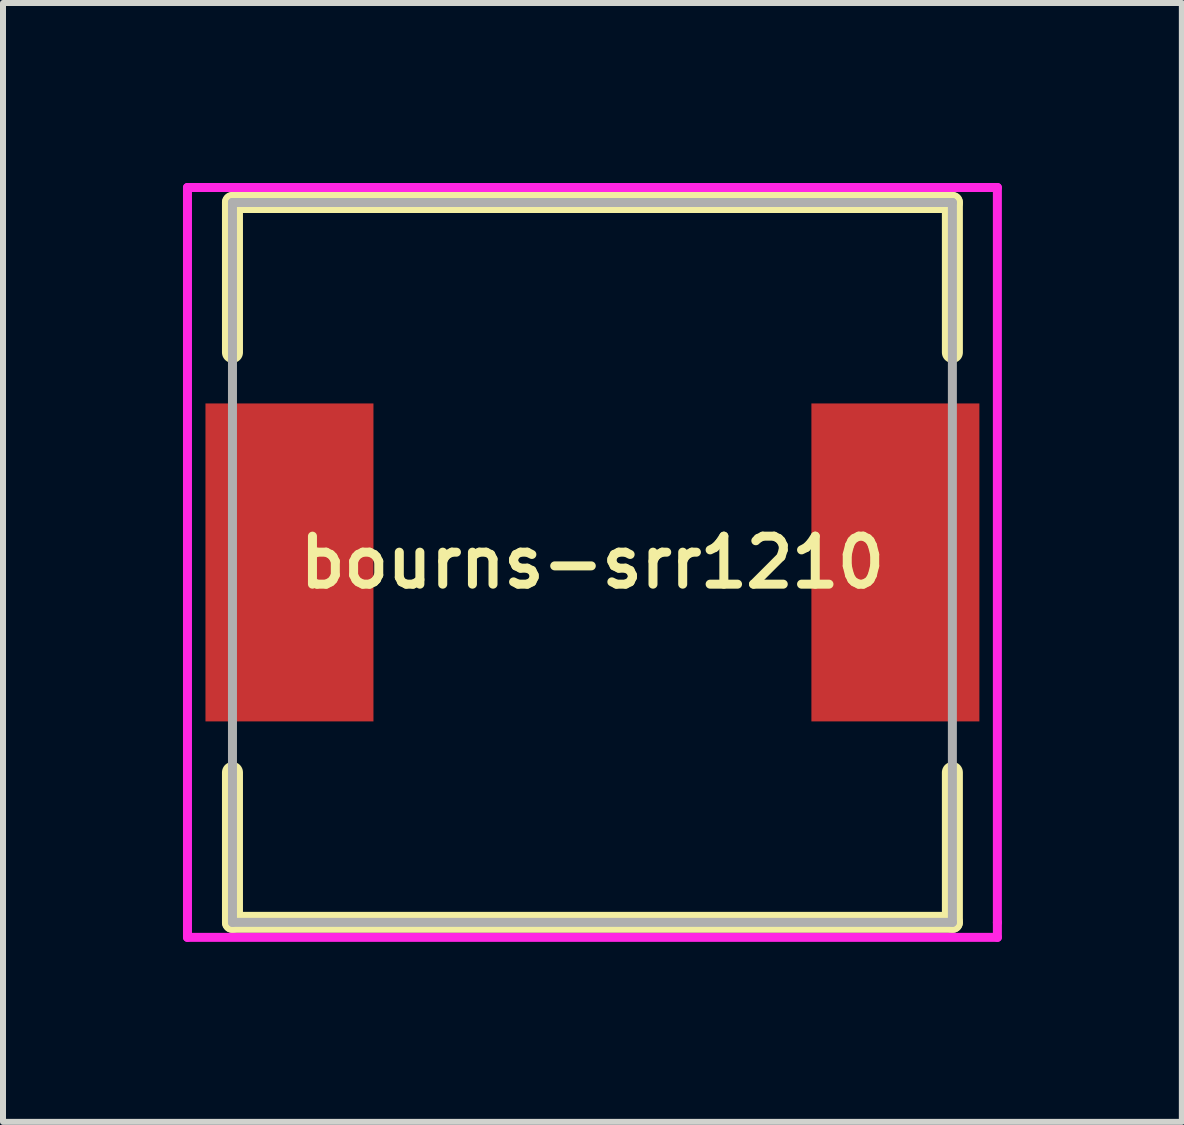
<source format=kicad_pcb>
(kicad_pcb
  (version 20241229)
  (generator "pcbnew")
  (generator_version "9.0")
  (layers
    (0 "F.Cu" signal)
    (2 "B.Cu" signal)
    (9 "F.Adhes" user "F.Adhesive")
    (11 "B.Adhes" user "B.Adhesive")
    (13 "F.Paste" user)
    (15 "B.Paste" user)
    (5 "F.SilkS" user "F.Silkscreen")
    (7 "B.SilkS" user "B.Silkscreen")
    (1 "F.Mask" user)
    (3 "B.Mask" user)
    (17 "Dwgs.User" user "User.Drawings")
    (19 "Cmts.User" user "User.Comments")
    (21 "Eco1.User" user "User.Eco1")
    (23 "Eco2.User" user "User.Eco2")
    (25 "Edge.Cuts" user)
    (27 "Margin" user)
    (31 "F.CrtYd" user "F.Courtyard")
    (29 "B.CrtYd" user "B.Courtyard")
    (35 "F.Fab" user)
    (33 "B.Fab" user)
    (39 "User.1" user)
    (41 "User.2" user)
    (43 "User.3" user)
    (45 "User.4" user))
  (footprint "bourns-srr1210"
    (layer "F.Cu")
    (at 6.825 6.325)
    (property "Reference" "bourns-srr1210" (at 0 0 0) (layer "F.SilkS") (effects (font (size 0.8 0.8) (thickness 0.15))))
    (attr smd)
    (fp_line (start -6 -6) (end 6 -6) (stroke (width 0.35) (type solid)) (layer "F.SilkS"))
    (fp_line (start -6 -3.5) (end -6 -6) (stroke (width 0.35) (type solid)) (layer "F.SilkS"))
    (fp_line (start -6 6) (end -6 3.5) (stroke (width 0.35) (type solid)) (layer "F.SilkS"))
    (fp_line (start 6 -6) (end 6 -3.5) (stroke (width 0.35) (type solid)) (layer "F.SilkS"))
    (fp_line (start 6 3.5) (end 6 6) (stroke (width 0.35) (type solid)) (layer "F.SilkS"))
    (fp_line (start 6 6) (end -6 6) (stroke (width 0.35) (type solid)) (layer "F.SilkS"))
    (fp_line (start -6.75 -6.25) (end 6.75 -6.25) (stroke (width 0.15) (type solid)) (layer "F.CrtYd"))
    (fp_line (start -6.75 6.25) (end -6.75 -6.25) (stroke (width 0.15) (type solid)) (layer "F.CrtYd"))
    (fp_line (start 6.75 -6.25) (end 6.75 6) (stroke (width 0.15) (type solid)) (layer "F.CrtYd"))
    (fp_line (start 6.75 6) (end 6.75 6.25) (stroke (width 0.15) (type solid)) (layer "F.CrtYd"))
    (fp_line (start 6.75 6.25) (end -6.75 6.25) (stroke (width 0.15) (type solid)) (layer "F.CrtYd"))
    (fp_line (start -6 -6) (end -6 6) (stroke (width 0.15) (type solid)) (layer "F.Fab"))
    (fp_line (start -6 6) (end 6 6) (stroke (width 0.15) (type solid)) (layer "F.Fab"))
    (fp_line (start 6 -6) (end -6 -6) (stroke (width 0.15) (type solid)) (layer "F.Fab"))
    (fp_line (start 6 6) (end 6 -6) (stroke (width 0.15) (type solid)) (layer "F.Fab"))
    (pad "1" smd rect (at -5.05 0) (size 2.8 5.3) (layers "F.Cu" "F.Mask" "F.Paste"))
    (pad "2" smd rect (at 5.05 0) (size 2.8 5.3) (layers "F.Cu" "F.Mask" "F.Paste")))
  (gr_rect
    (start -3 -3)
    (end 16.65 15.65)
    (stroke (width 0.1) (type default))
    (fill no)
    (layer "Edge.Cuts")))
</source>
